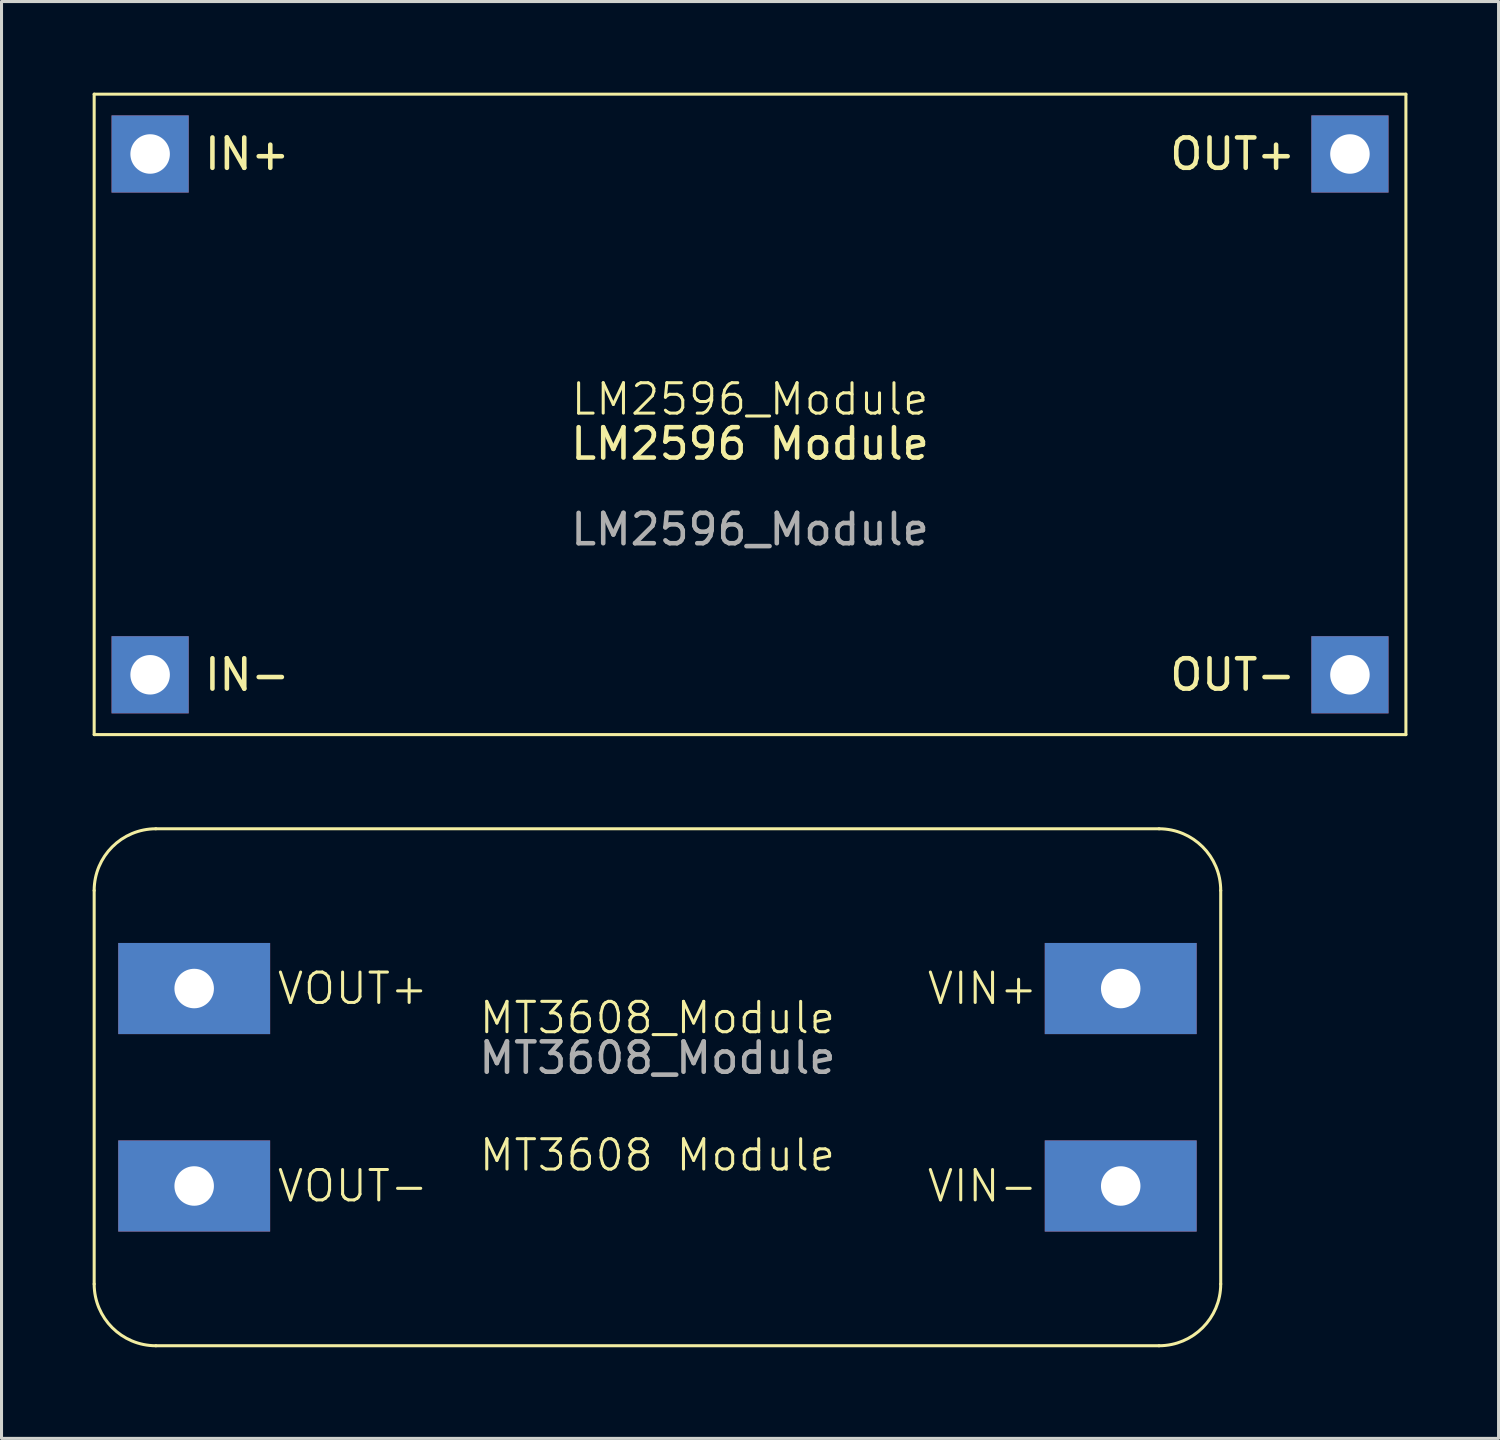
<source format=kicad_pcb>
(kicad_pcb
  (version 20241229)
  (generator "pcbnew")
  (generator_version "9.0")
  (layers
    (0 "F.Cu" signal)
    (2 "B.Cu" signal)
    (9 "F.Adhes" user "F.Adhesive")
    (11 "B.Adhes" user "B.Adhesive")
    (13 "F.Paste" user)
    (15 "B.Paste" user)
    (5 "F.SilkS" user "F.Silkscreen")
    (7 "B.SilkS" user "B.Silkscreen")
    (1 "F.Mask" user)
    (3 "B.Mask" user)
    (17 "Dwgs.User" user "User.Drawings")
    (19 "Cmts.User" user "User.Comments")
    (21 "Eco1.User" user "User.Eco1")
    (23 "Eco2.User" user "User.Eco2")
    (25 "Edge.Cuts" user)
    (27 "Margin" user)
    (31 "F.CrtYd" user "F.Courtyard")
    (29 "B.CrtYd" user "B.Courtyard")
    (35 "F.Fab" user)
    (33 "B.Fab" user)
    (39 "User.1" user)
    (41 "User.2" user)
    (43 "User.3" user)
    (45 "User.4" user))
  (footprint "LM2596_Module"
    (layer "F.Cu")
    (at 21.64 10.591)
    (property "Reference" "LM2596_Module" (at 0 -0.5 0) (unlocked yes) (layer "F.SilkS") (effects (font (size 1 1) (thickness 0.1))))
    (attr smd)
    (fp_line (start -21.59 -10.541) (end 21.59 -10.541) (stroke (width 0.1) (type default)) (layer "F.SilkS"))
    (fp_line (start -21.59 10.541) (end -21.59 -10.541) (stroke (width 0.1) (type default)) (layer "F.SilkS"))
    (fp_line (start -21.59 10.541) (end 21.59 10.541) (stroke (width 0.1) (type default)) (layer "F.SilkS"))
    (fp_line (start 21.59 10.541) (end 21.59 -10.541) (stroke (width 0.1) (type default)) (layer "F.SilkS"))
    (fp_line (start -21.59 -10.541) (end 21.59 -10.541) (stroke (width 0.1) (type default)) (layer "Margin"))
    (fp_line (start -21.59 10.541) (end -21.59 -10.541) (stroke (width 0.1) (type default)) (layer "Margin"))
    (fp_line (start 21.59 -10.541) (end 21.59 10.541) (stroke (width 0.1) (type default)) (layer "Margin"))
    (fp_line (start 21.59 10.541) (end -21.59 10.541) (stroke (width 0.1) (type default)) (layer "Margin"))
    (fp_text user "OUT+" (at 18.034 -8.572 0) (unlocked yes) (layer "F.SilkS") (effects (font (size 1 1) (thickness 0.15)) (justify right)))
    (fp_text user "IN-" (at -18.034 8.572 0) (unlocked yes) (layer "F.SilkS") (effects (font (size 1 1) (thickness 0.15)) (justify left)))
    (fp_text user "IN+" (at -18.034 -8.572 0) (unlocked yes) (layer "F.SilkS") (effects (font (size 1 1) (thickness 0.15)) (justify left)))
    (fp_text user "OUT-" (at 18.034 8.572 0) (unlocked yes) (layer "F.SilkS") (effects (font (size 1 1) (thickness 0.15)) (justify right)))
    (fp_text user "LM2596 Module" (at 0 0.381 0) (unlocked yes) (layer "F.SilkS") (effects (font (size 1 1) (thickness 0.15)) (justify top)))
    (fp_text user "${REFERENCE}" (at 0 3.786 0) (unlocked yes) (layer "F.Fab") (effects (font (size 1 1) (thickness 0.15))))
    (pad "1" thru_hole rect (at -19.748 -8.572) (size 2.54 2.54) (drill 1.3) (layers "*.Cu" "*.Mask"))
    (pad "2" thru_hole rect (at -19.748 8.572) (size 2.54 2.54) (drill 1.3) (layers "*.Cu" "*.Mask"))
    (pad "3" thru_hole rect (at 19.748 8.572) (size 2.54 2.54) (drill 1.3) (layers "*.Cu" "*.Mask"))
    (pad "4" thru_hole rect (at 19.748 -8.572) (size 2.54 2.54) (drill 1.3) (layers "*.Cu" "*.Mask")))
  (footprint "MT3608_Module"
    (layer "F.Cu")
    (at 18.592 32.741)
    (property "Reference" "MT3608_Module" (at 0 -2.286 0) (unlocked yes) (layer "F.SilkS") (effects (font (size 1 1) (thickness 0.1))))
    (attr through_hole)
    (fp_line (start -18.542 6.477) (end -18.542 -6.477) (stroke (width 0.1) (type default)) (layer "F.SilkS"))
    (fp_line (start -16.51 -8.509) (end 16.51 -8.509) (stroke (width 0.1) (type default)) (layer "F.SilkS"))
    (fp_line (start 16.51 8.509) (end -16.51 8.509) (stroke (width 0.1) (type default)) (layer "F.SilkS"))
    (fp_line (start 18.542 -6.477) (end 18.542 6.477) (stroke (width 0.1) (type default)) (layer "F.SilkS"))
    (fp_arc (start -18.542 -6.477) (mid -17.946841 -7.913841) (end -16.51 -8.509) (stroke (width 0.1) (type default)) (layer "F.SilkS"))
    (fp_arc (start -16.51 8.509) (mid -17.946841 7.913841) (end -18.542 6.477) (stroke (width 0.1) (type default)) (layer "F.SilkS"))
    (fp_arc (start 16.51 -8.509) (mid 17.946841 -7.913841) (end 18.542 -6.477) (stroke (width 0.1) (type default)) (layer "F.SilkS"))
    (fp_arc (start 18.542 6.477) (mid 17.946841 7.913841) (end 16.51 8.509) (stroke (width 0.1) (type default)) (layer "F.SilkS"))
    (fp_text user "MT3608 Module" (at 0 1.651 0) (unlocked yes) (layer "F.SilkS") (effects (font (size 1 1) (thickness 0.1)) (justify top)))
    (fp_text user "VOUT-" (at -12.573 3.25 0) (unlocked yes) (layer "F.SilkS") (effects (font (size 1 1) (thickness 0.1)) (justify left)))
    (fp_text user "VIN-" (at 12.573 3.25 0) (unlocked yes) (layer "F.SilkS") (effects (font (size 1 1) (thickness 0.1)) (justify right)))
    (fp_text user "VOUT+" (at -12.573 -3.25 0) (unlocked yes) (layer "F.SilkS") (effects (font (size 1 1) (thickness 0.1)) (justify left)))
    (fp_text user "VIN+" (at 12.573 -3.25 0) (unlocked yes) (layer "F.SilkS") (effects (font (size 1 1) (thickness 0.1)) (justify right)))
    (fp_text user "${REFERENCE}" (at 0 -0.381 0) (unlocked yes) (layer "F.Fab") (effects (font (size 1 1) (thickness 0.15)) (justify bottom)))
    (pad "1" thru_hole rect (at -15.25 -3.25) (size 5 3) (drill 1.3) (layers "*.Cu" "*.Mask"))
    (pad "2" thru_hole rect (at -15.25 3.25) (size 5 3) (drill 1.3) (layers "*.Cu" "*.Mask"))
    (pad "3" thru_hole rect (at 15.25 3.25) (size 5 3) (drill 1.3) (layers "*.Cu" "*.Mask"))
    (pad "4" thru_hole rect (at 15.25 -3.25) (size 5 3) (drill 1.3) (layers "*.Cu" "*.Mask")))
  (gr_rect
    (start -3 -3)
    (end 46.28 44.3)
    (stroke (width 0.1) (type default))
    (fill no)
    (layer "Edge.Cuts")))
</source>
